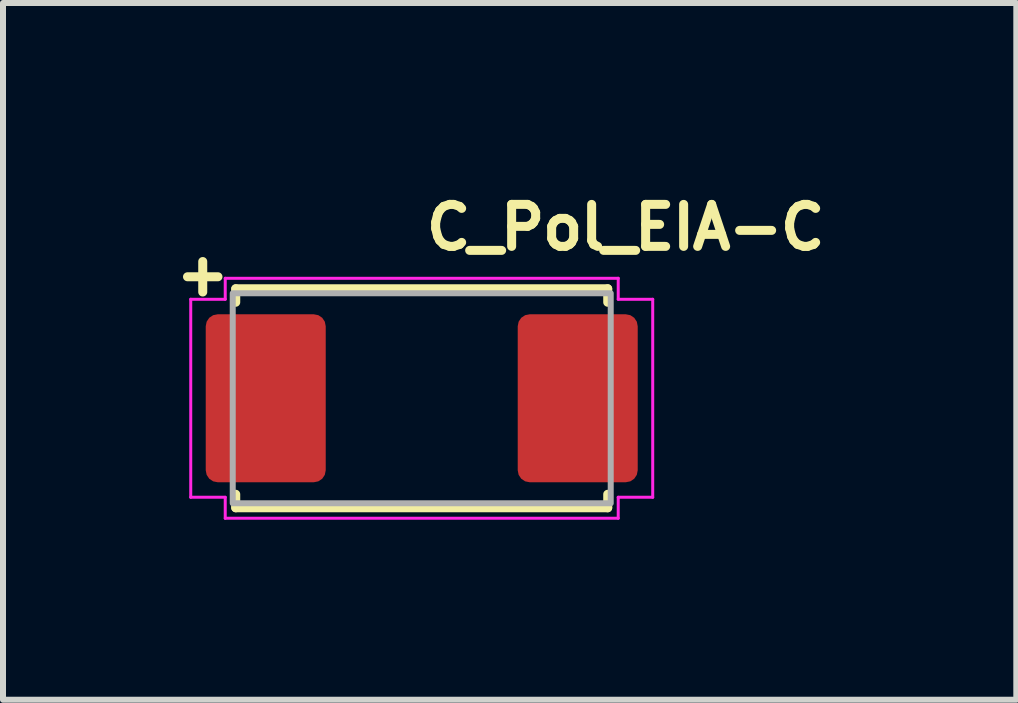
<source format=kicad_pcb>
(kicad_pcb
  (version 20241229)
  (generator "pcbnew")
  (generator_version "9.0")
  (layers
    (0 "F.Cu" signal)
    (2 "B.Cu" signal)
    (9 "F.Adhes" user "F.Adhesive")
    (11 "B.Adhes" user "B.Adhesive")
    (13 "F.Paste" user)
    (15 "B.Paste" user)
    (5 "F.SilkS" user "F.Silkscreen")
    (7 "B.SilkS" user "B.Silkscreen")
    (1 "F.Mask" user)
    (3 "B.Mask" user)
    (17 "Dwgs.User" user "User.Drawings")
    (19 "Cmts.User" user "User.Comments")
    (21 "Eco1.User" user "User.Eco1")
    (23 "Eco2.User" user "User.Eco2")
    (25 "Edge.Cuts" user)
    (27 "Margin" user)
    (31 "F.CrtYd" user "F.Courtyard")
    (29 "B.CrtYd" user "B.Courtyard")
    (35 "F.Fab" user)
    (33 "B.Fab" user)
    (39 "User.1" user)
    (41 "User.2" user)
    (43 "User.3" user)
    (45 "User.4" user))
  (footprint "C_Pol_EIA-C"
    (layer "F.Cu")
    (at 3.979 3.588)
    (property "Reference" "C_Pol_EIA-C" (at 0 -2.438 0) (layer "F.SilkS") (effects (font (size 0.7 0.7) (thickness 0.15)) (justify left bottom)))
    (attr smd)
    (fp_line (start -3.65 -2.279) (end -3.65 -1.771) (stroke (width 0.15) (type solid)) (layer "F.SilkS"))
    (fp_line (start -3.396 -2.025) (end -3.904 -2.025) (stroke (width 0.15) (type solid)) (layer "F.SilkS"))
    (fp_line (start -3.1 -1.825) (end -3.1 -1.6) (stroke (width 0.15) (type solid)) (layer "F.SilkS"))
    (fp_line (start -3.1 -1.825) (end 3.1 -1.825) (stroke (width 0.15) (type solid)) (layer "F.SilkS"))
    (fp_line (start -3.1 1.825) (end -3.1 1.6) (stroke (width 0.15) (type solid)) (layer "F.SilkS"))
    (fp_line (start 3.1 -1.825) (end 3.1 -1.6) (stroke (width 0.15) (type solid)) (layer "F.SilkS"))
    (fp_line (start 3.1 1.825) (end -3.1 1.825) (stroke (width 0.15) (type solid)) (layer "F.SilkS"))
    (fp_line (start 3.1 1.825) (end 3.1 1.6) (stroke (width 0.15) (type solid)) (layer "F.SilkS"))
    (fp_line (start -3.85 -1.65) (end -3.85 1.65) (stroke (width 0.05) (type solid)) (layer "F.CrtYd"))
    (fp_line (start -3.85 -1.65) (end -3.275 -1.65) (stroke (width 0.05) (type solid)) (layer "F.CrtYd"))
    (fp_line (start -3.275 -2) (end -3.275 -1.65) (stroke (width 0.05) (type solid)) (layer "F.CrtYd"))
    (fp_line (start -3.275 1.65) (end -3.85 1.65) (stroke (width 0.05) (type solid)) (layer "F.CrtYd"))
    (fp_line (start -3.275 1.65) (end -3.275 2) (stroke (width 0.05) (type solid)) (layer "F.CrtYd"))
    (fp_line (start 3.275 -2) (end -3.275 -2) (stroke (width 0.05) (type solid)) (layer "F.CrtYd"))
    (fp_line (start 3.275 -1.65) (end 3.275 -2) (stroke (width 0.05) (type solid)) (layer "F.CrtYd"))
    (fp_line (start 3.275 -1.65) (end 3.85 -1.65) (stroke (width 0.05) (type solid)) (layer "F.CrtYd"))
    (fp_line (start 3.275 2) (end -3.275 2) (stroke (width 0.05) (type solid)) (layer "F.CrtYd"))
    (fp_line (start 3.275 2) (end 3.275 1.65) (stroke (width 0.05) (type solid)) (layer "F.CrtYd"))
    (fp_line (start 3.85 1.65) (end 3.275 1.65) (stroke (width 0.05) (type solid)) (layer "F.CrtYd"))
    (fp_line (start 3.85 1.65) (end 3.85 -1.65) (stroke (width 0.05) (type solid)) (layer "F.CrtYd"))
    (fp_rect (start -3.15 -1.75) (end 3.15 1.75) (stroke (width 0.1) (type solid)) (fill no) (layer "F.Fab"))
    (fp_rect (start -3.15 -1.75) (end 3.15 1.75) (stroke (width 0.1) (type solid)) (fill no) (layer "User.5"))
    (fp_line (start -3.15 -1.15) (end -3.05 -1.15) (stroke (width 0.02) (type solid)) (layer "User.9"))
    (fp_line (start -3.15 -0.5) (end -3.15 -1.15) (stroke (width 0.02) (type solid)) (layer "User.9"))
    (fp_line (start -3.15 -0.5) (end -3.15 0.5) (stroke (width 0.02) (type solid)) (layer "User.9"))
    (fp_line (start -3.15 0.5) (end -3.05 0.5) (stroke (width 0.02) (type solid)) (layer "User.9"))
    (fp_line (start -3.15 1.15) (end -3.15 0.5) (stroke (width 0.02) (type solid)) (layer "User.9"))
    (fp_line (start -3.05 -1.15) (end -3.02 -1.15) (stroke (width 0.02) (type solid)) (layer "User.9"))
    (fp_line (start -3.05 -0.5) (end -3.15 -0.5) (stroke (width 0.02) (type solid)) (layer "User.9"))
    (fp_line (start -3.05 1.15) (end -3.15 1.15) (stroke (width 0.02) (type solid)) (layer "User.9"))
    (fp_line (start -3.05 1.15) (end -3.02 1.15) (stroke (width 0.02) (type solid)) (layer "User.9"))
    (fp_line (start -3.02 -1.75) (end -2.82 -1.642) (stroke (width 0.02) (type solid)) (layer "User.9"))
    (fp_line (start -3.02 -1.15) (end -3.02 -1.75) (stroke (width 0.02) (type solid)) (layer "User.9"))
    (fp_line (start -3.02 -0.5) (end -3.05 -0.5) (stroke (width 0.02) (type solid)) (layer "User.9"))
    (fp_line (start -3.02 -0.5) (end -3.02 -1.15) (stroke (width 0.02) (type solid)) (layer "User.9"))
    (fp_line (start -3.02 0.5) (end -3.05 0.5) (stroke (width 0.02) (type solid)) (layer "User.9"))
    (fp_line (start -3.02 0.5) (end -3.02 -0.5) (stroke (width 0.02) (type solid)) (layer "User.9"))
    (fp_line (start -3.02 1.15) (end -3.02 0.5) (stroke (width 0.02) (type solid)) (layer "User.9"))
    (fp_line (start -3.02 1.75) (end -3.02 1.15) (stroke (width 0.02) (type solid)) (layer "User.9"))
    (fp_line (start -3.02 1.75) (end -2.82 1.642) (stroke (width 0.02) (type solid)) (layer "User.9"))
    (fp_line (start -2.82 -1.642) (end -2.17 -1.55) (stroke (width 0.02) (type solid)) (layer "User.9"))
    (fp_line (start -2.82 1.642) (end -2.82 -1.642) (stroke (width 0.02) (type solid)) (layer "User.9"))
    (fp_line (start -2.82 1.642) (end -2.17 1.55) (stroke (width 0.02) (type solid)) (layer "User.9"))
    (fp_line (start -2.17 1.55) (end -2.17 -1.55) (stroke (width 0.02) (type solid)) (layer "User.9"))
    (fp_line (start 2.72 -1.55) (end -2.17 -1.55) (stroke (width 0.02) (type solid)) (layer "User.9"))
    (fp_line (start 2.72 -1.55) (end 3.02 -1.75) (stroke (width 0.02) (type solid)) (layer "User.9"))
    (fp_line (start 2.72 1.55) (end -2.17 1.55) (stroke (width 0.02) (type solid)) (layer "User.9"))
    (fp_line (start 2.72 1.55) (end 2.72 -1.55) (stroke (width 0.02) (type solid)) (layer "User.9"))
    (fp_line (start 2.72 1.55) (end 3.02 1.75) (stroke (width 0.02) (type solid)) (layer "User.9"))
    (fp_line (start 3.02 -1.75) (end -3.02 -1.75) (stroke (width 0.02) (type solid)) (layer "User.9"))
    (fp_line (start 3.02 -1.15) (end 3.02 -1.75) (stroke (width 0.02) (type solid)) (layer "User.9"))
    (fp_line (start 3.02 1.15) (end 3.02 -1.15) (stroke (width 0.02) (type solid)) (layer "User.9"))
    (fp_line (start 3.02 1.75) (end -3.02 1.75) (stroke (width 0.02) (type solid)) (layer "User.9"))
    (fp_line (start 3.02 1.75) (end 3.02 1.15) (stroke (width 0.02) (type solid)) (layer "User.9"))
    (fp_line (start 3.049 -1.15) (end 3.02 -1.15) (stroke (width 0.02) (type solid)) (layer "User.9"))
    (fp_line (start 3.049 -1.15) (end 3.15 -1.15) (stroke (width 0.02) (type solid)) (layer "User.9"))
    (fp_line (start 3.049 1.15) (end 3.02 1.15) (stroke (width 0.02) (type solid)) (layer "User.9"))
    (fp_line (start 3.15 -1.15) (end 3.15 1.15) (stroke (width 0.02) (type solid)) (layer "User.9"))
    (fp_line (start 3.15 1.15) (end 3.049 1.15) (stroke (width 0.02) (type solid)) (layer "User.9"))
    (pad "1" smd roundrect (at -2.6 0) (size 2 2.8) (layers "F.Cu" "F.Mask" "F.Paste") (roundrect_rratio 0.1))
    (pad "2" smd roundrect (at 2.6 0) (size 2 2.8) (layers "F.Cu" "F.Mask" "F.Paste") (roundrect_rratio 0.1)))
  (gr_rect
    (start -3 -3)
    (end 13.889 8.613)
    (stroke (width 0.1) (type default))
    (fill no)
    (layer "Edge.Cuts")))
</source>
